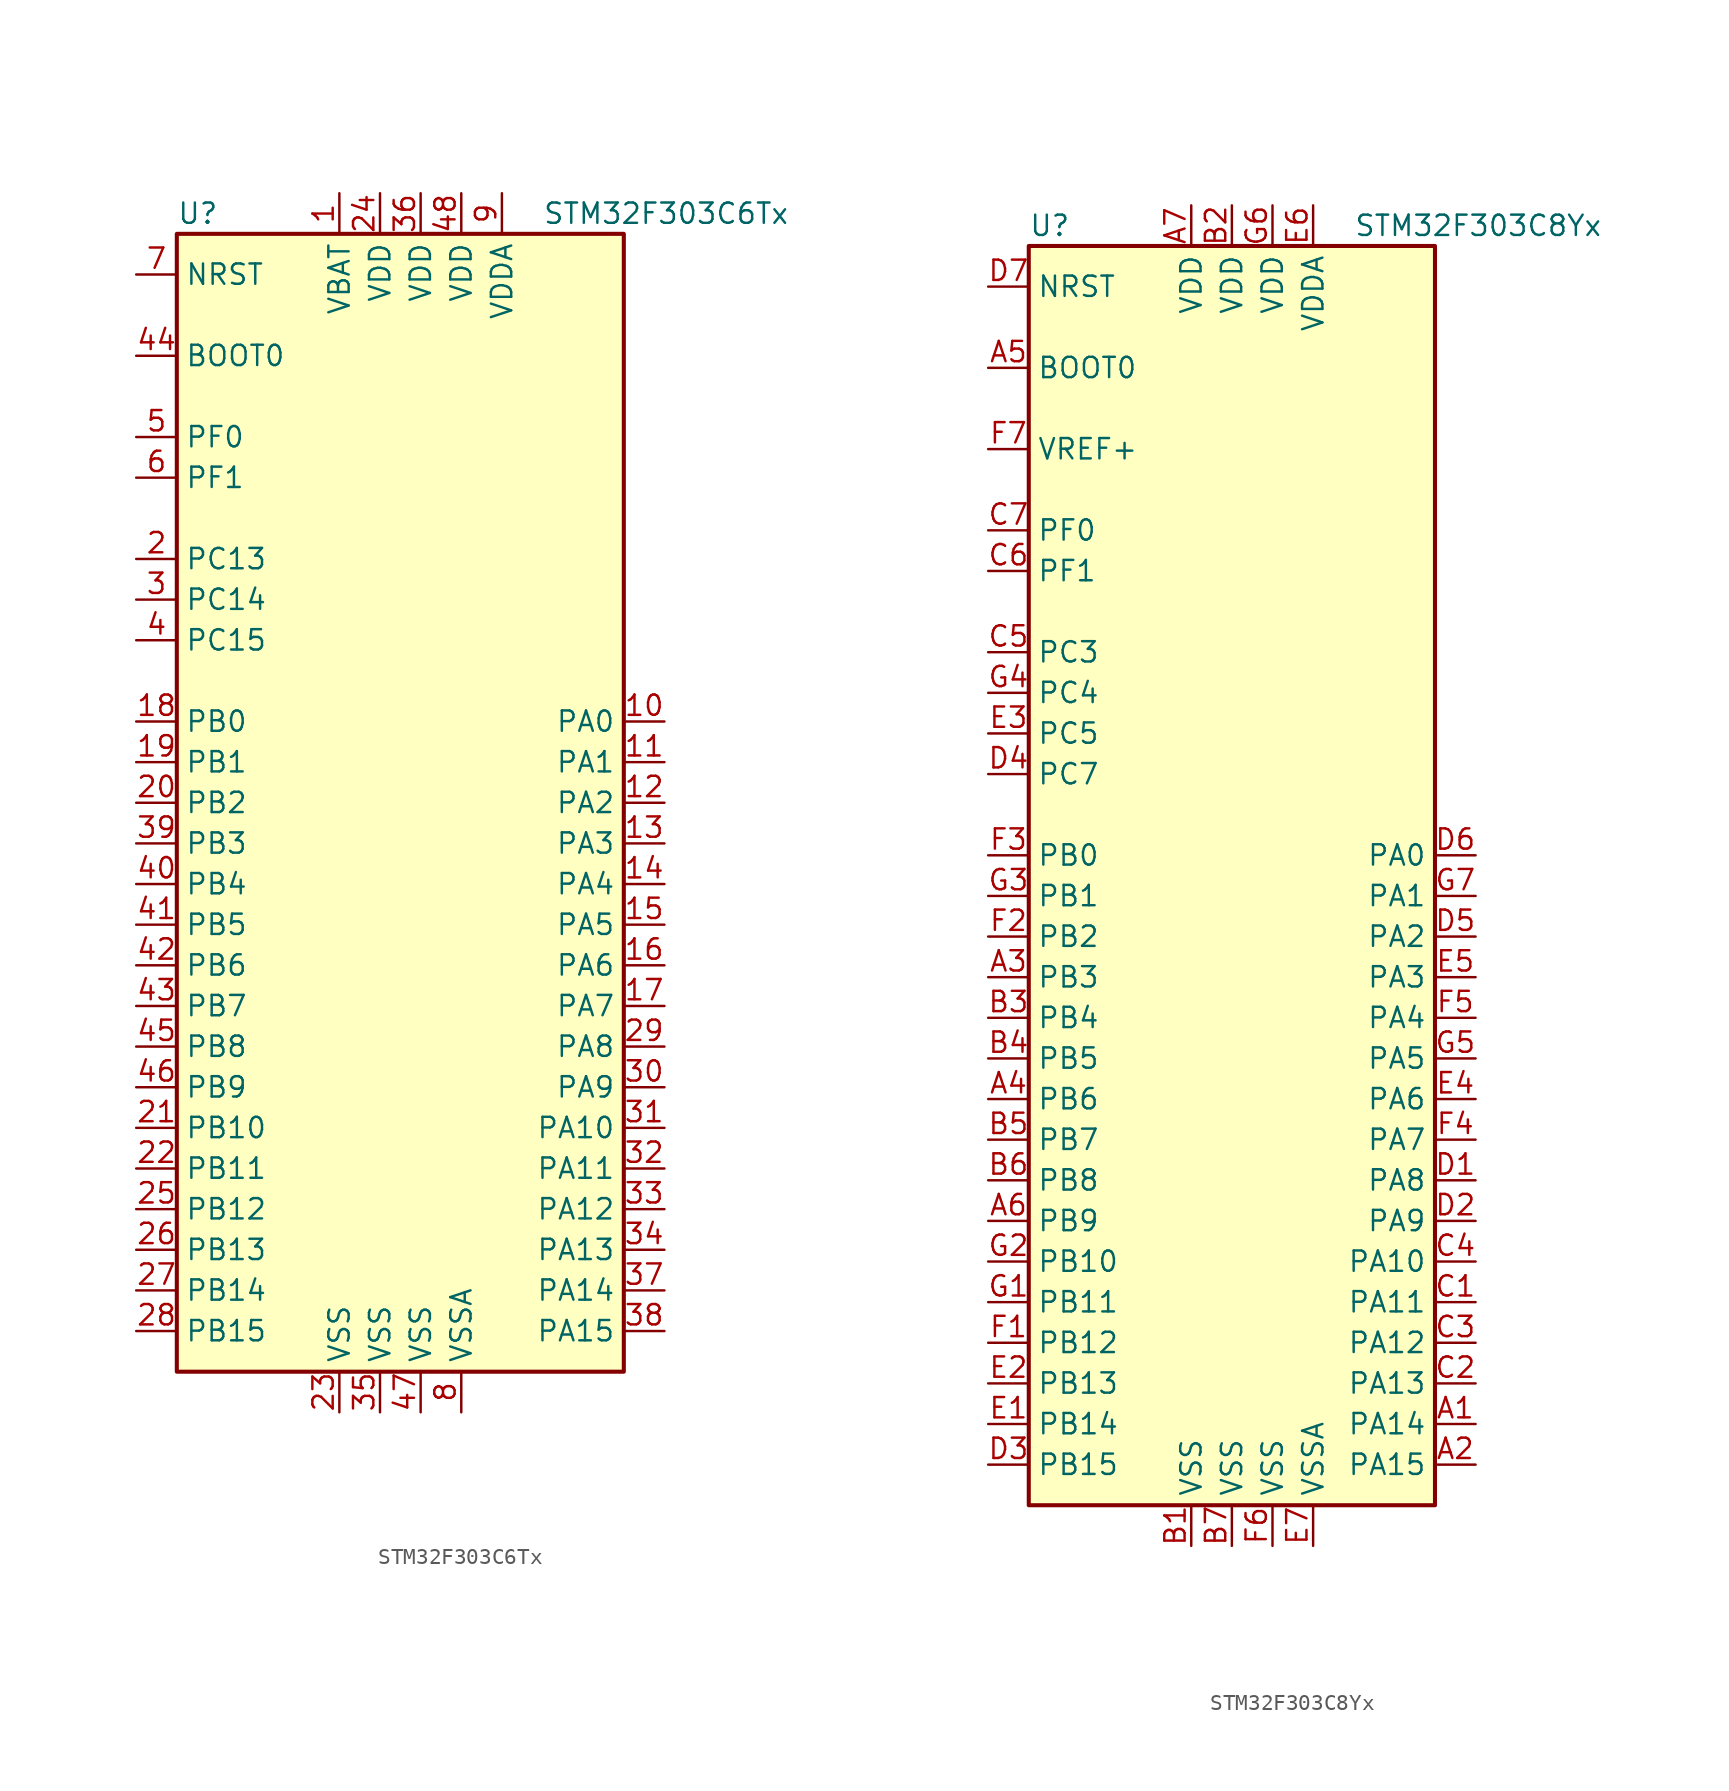
<source format=kicad_sym>
(kicad_symbol_lib
  (version 20211014)
  (generator kicad_symbol_editor)
  (symbol "STM32F303C6Tx"
    (property "Reference" "U"
      (at -15.24 36.83 0)
      (effects (font (size 1.27 1.27)) (justify left)))
    (property "Value" "STM32F303C6Tx"
      (at 7.62 36.83 0)
      (effects (font (size 1.27 1.27)) (justify left)))
    (symbol "STM32F303C6Tx_0_1"
      (rectangle (start -15.24 -35.56) (end 12.7 35.56) (stroke (width 0.254) (type default) (color 0 0 0 0)) (fill (type background))))
    (symbol "STM32F303C6Tx_1_1"
      (pin power_in line (at -5.08 38.1 270) (length 2.54) (name "VBAT" (effects (font (size 1.27 1.27)))) (number "1" (effects (font (size 1.27 1.27)))))
      (pin bidirectional line (at 15.24 5.08 180) (length 2.54) (name "PA0" (effects (font (size 1.27 1.27)))) (number "10" (effects (font (size 1.27 1.27)))))
      (pin bidirectional line (at 15.24 2.54 180) (length 2.54) (name "PA1" (effects (font (size 1.27 1.27)))) (number "11" (effects (font (size 1.27 1.27)))))
      (pin bidirectional line (at 15.24 0 180) (length 2.54) (name "PA2" (effects (font (size 1.27 1.27)))) (number "12" (effects (font (size 1.27 1.27)))))
      (pin bidirectional line (at 15.24 -2.54 180) (length 2.54) (name "PA3" (effects (font (size 1.27 1.27)))) (number "13" (effects (font (size 1.27 1.27)))))
      (pin bidirectional line (at 15.24 -5.08 180) (length 2.54) (name "PA4" (effects (font (size 1.27 1.27)))) (number "14" (effects (font (size 1.27 1.27)))))
      (pin bidirectional line (at 15.24 -7.62 180) (length 2.54) (name "PA5" (effects (font (size 1.27 1.27)))) (number "15" (effects (font (size 1.27 1.27)))))
      (pin bidirectional line (at 15.24 -10.16 180) (length 2.54) (name "PA6" (effects (font (size 1.27 1.27)))) (number "16" (effects (font (size 1.27 1.27)))))
      (pin bidirectional line (at 15.24 -12.7 180) (length 2.54) (name "PA7" (effects (font (size 1.27 1.27)))) (number "17" (effects (font (size 1.27 1.27)))))
      (pin bidirectional line (at -17.78 5.08 0) (length 2.54) (name "PB0" (effects (font (size 1.27 1.27)))) (number "18" (effects (font (size 1.27 1.27)))))
      (pin bidirectional line (at -17.78 2.54 0) (length 2.54) (name "PB1" (effects (font (size 1.27 1.27)))) (number "19" (effects (font (size 1.27 1.27)))))
      (pin bidirectional line (at -17.78 15.24 0) (length 2.54) (name "PC13" (effects (font (size 1.27 1.27)))) (number "2" (effects (font (size 1.27 1.27)))))
      (pin bidirectional line (at -17.78 0 0) (length 2.54) (name "PB2" (effects (font (size 1.27 1.27)))) (number "20" (effects (font (size 1.27 1.27)))))
      (pin bidirectional line (at -17.78 -20.32 0) (length 2.54) (name "PB10" (effects (font (size 1.27 1.27)))) (number "21" (effects (font (size 1.27 1.27)))))
      (pin bidirectional line (at -17.78 -22.86 0) (length 2.54) (name "PB11" (effects (font (size 1.27 1.27)))) (number "22" (effects (font (size 1.27 1.27)))))
      (pin power_in line (at -5.08 -38.1 90) (length 2.54) (name "VSS" (effects (font (size 1.27 1.27)))) (number "23" (effects (font (size 1.27 1.27)))))
      (pin power_in line (at -2.54 38.1 270) (length 2.54) (name "VDD" (effects (font (size 1.27 1.27)))) (number "24" (effects (font (size 1.27 1.27)))))
      (pin bidirectional line (at -17.78 -25.4 0) (length 2.54) (name "PB12" (effects (font (size 1.27 1.27)))) (number "25" (effects (font (size 1.27 1.27)))))
      (pin bidirectional line (at -17.78 -27.94 0) (length 2.54) (name "PB13" (effects (font (size 1.27 1.27)))) (number "26" (effects (font (size 1.27 1.27)))))
      (pin bidirectional line (at -17.78 -30.48 0) (length 2.54) (name "PB14" (effects (font (size 1.27 1.27)))) (number "27" (effects (font (size 1.27 1.27)))))
      (pin bidirectional line (at -17.78 -33.02 0) (length 2.54) (name "PB15" (effects (font (size 1.27 1.27)))) (number "28" (effects (font (size 1.27 1.27)))))
      (pin bidirectional line (at 15.24 -15.24 180) (length 2.54) (name "PA8" (effects (font (size 1.27 1.27)))) (number "29" (effects (font (size 1.27 1.27)))))
      (pin bidirectional line (at -17.78 12.7 0) (length 2.54) (name "PC14" (effects (font (size 1.27 1.27)))) (number "3" (effects (font (size 1.27 1.27)))))
      (pin bidirectional line (at 15.24 -17.78 180) (length 2.54) (name "PA9" (effects (font (size 1.27 1.27)))) (number "30" (effects (font (size 1.27 1.27)))))
      (pin bidirectional line (at 15.24 -20.32 180) (length 2.54) (name "PA10" (effects (font (size 1.27 1.27)))) (number "31" (effects (font (size 1.27 1.27)))))
      (pin bidirectional line (at 15.24 -22.86 180) (length 2.54) (name "PA11" (effects (font (size 1.27 1.27)))) (number "32" (effects (font (size 1.27 1.27)))))
      (pin bidirectional line (at 15.24 -25.4 180) (length 2.54) (name "PA12" (effects (font (size 1.27 1.27)))) (number "33" (effects (font (size 1.27 1.27)))))
      (pin bidirectional line (at 15.24 -27.94 180) (length 2.54) (name "PA13" (effects (font (size 1.27 1.27)))) (number "34" (effects (font (size 1.27 1.27)))))
      (pin power_in line (at -2.54 -38.1 90) (length 2.54) (name "VSS" (effects (font (size 1.27 1.27)))) (number "35" (effects (font (size 1.27 1.27)))))
      (pin power_in line (at 0 38.1 270) (length 2.54) (name "VDD" (effects (font (size 1.27 1.27)))) (number "36" (effects (font (size 1.27 1.27)))))
      (pin bidirectional line (at 15.24 -30.48 180) (length 2.54) (name "PA14" (effects (font (size 1.27 1.27)))) (number "37" (effects (font (size 1.27 1.27)))))
      (pin bidirectional line (at 15.24 -33.02 180) (length 2.54) (name "PA15" (effects (font (size 1.27 1.27)))) (number "38" (effects (font (size 1.27 1.27)))))
      (pin bidirectional line (at -17.78 -2.54 0) (length 2.54) (name "PB3" (effects (font (size 1.27 1.27)))) (number "39" (effects (font (size 1.27 1.27)))))
      (pin bidirectional line (at -17.78 10.16 0) (length 2.54) (name "PC15" (effects (font (size 1.27 1.27)))) (number "4" (effects (font (size 1.27 1.27)))))
      (pin bidirectional line (at -17.78 -5.08 0) (length 2.54) (name "PB4" (effects (font (size 1.27 1.27)))) (number "40" (effects (font (size 1.27 1.27)))))
      (pin bidirectional line (at -17.78 -7.62 0) (length 2.54) (name "PB5" (effects (font (size 1.27 1.27)))) (number "41" (effects (font (size 1.27 1.27)))))
      (pin bidirectional line (at -17.78 -10.16 0) (length 2.54) (name "PB6" (effects (font (size 1.27 1.27)))) (number "42" (effects (font (size 1.27 1.27)))))
      (pin bidirectional line (at -17.78 -12.7 0) (length 2.54) (name "PB7" (effects (font (size 1.27 1.27)))) (number "43" (effects (font (size 1.27 1.27)))))
      (pin input line (at -17.78 27.94 0) (length 2.54) (name "BOOT0" (effects (font (size 1.27 1.27)))) (number "44" (effects (font (size 1.27 1.27)))))
      (pin bidirectional line (at -17.78 -15.24 0) (length 2.54) (name "PB8" (effects (font (size 1.27 1.27)))) (number "45" (effects (font (size 1.27 1.27)))))
      (pin bidirectional line (at -17.78 -17.78 0) (length 2.54) (name "PB9" (effects (font (size 1.27 1.27)))) (number "46" (effects (font (size 1.27 1.27)))))
      (pin power_in line (at 0 -38.1 90) (length 2.54) (name "VSS" (effects (font (size 1.27 1.27)))) (number "47" (effects (font (size 1.27 1.27)))))
      (pin power_in line (at 2.54 38.1 270) (length 2.54) (name "VDD" (effects (font (size 1.27 1.27)))) (number "48" (effects (font (size 1.27 1.27)))))
      (pin input line (at -17.78 22.86 0) (length 2.54) (name "PF0" (effects (font (size 1.27 1.27)))) (number "5" (effects (font (size 1.27 1.27)))))
      (pin input line (at -17.78 20.32 0) (length 2.54) (name "PF1" (effects (font (size 1.27 1.27)))) (number "6" (effects (font (size 1.27 1.27)))))
      (pin input line (at -17.78 33.02 0) (length 2.54) (name "NRST" (effects (font (size 1.27 1.27)))) (number "7" (effects (font (size 1.27 1.27)))))
      (pin power_in line (at 2.54 -38.1 90) (length 2.54) (name "VSSA" (effects (font (size 1.27 1.27)))) (number "8" (effects (font (size 1.27 1.27)))))
      (pin power_in line (at 5.08 38.1 270) (length 2.54) (name "VDDA" (effects (font (size 1.27 1.27)))) (number "9" (effects (font (size 1.27 1.27)))))))
  (symbol "STM32F303C8Yx"
    (property "Reference" "U"
      (at -12.7 39.37 0)
      (effects (font (size 1.27 1.27)) (justify left)))
    (property "Value" "STM32F303C8Yx"
      (at 7.62 39.37 0)
      (effects (font (size 1.27 1.27)) (justify left)))
    (symbol "STM32F303C8Yx_0_1"
      (rectangle (start -12.7 -40.64) (end 12.7 38.1) (stroke (width 0.254) (type default) (color 0 0 0 0)) (fill (type background))))
    (symbol "STM32F303C8Yx_1_1"
      (pin bidirectional line (at 15.24 -35.56 180) (length 2.54) (name "PA14" (effects (font (size 1.27 1.27)))) (number "A1" (effects (font (size 1.27 1.27)))))
      (pin bidirectional line (at 15.24 -38.1 180) (length 2.54) (name "PA15" (effects (font (size 1.27 1.27)))) (number "A2" (effects (font (size 1.27 1.27)))))
      (pin bidirectional line (at -15.24 -7.62 0) (length 2.54) (name "PB3" (effects (font (size 1.27 1.27)))) (number "A3" (effects (font (size 1.27 1.27)))))
      (pin bidirectional line (at -15.24 -15.24 0) (length 2.54) (name "PB6" (effects (font (size 1.27 1.27)))) (number "A4" (effects (font (size 1.27 1.27)))))
      (pin input line (at -15.24 30.48 0) (length 2.54) (name "BOOT0" (effects (font (size 1.27 1.27)))) (number "A5" (effects (font (size 1.27 1.27)))))
      (pin bidirectional line (at -15.24 -22.86 0) (length 2.54) (name "PB9" (effects (font (size 1.27 1.27)))) (number "A6" (effects (font (size 1.27 1.27)))))
      (pin power_in line (at -2.54 40.64 270) (length 2.54) (name "VDD" (effects (font (size 1.27 1.27)))) (number "A7" (effects (font (size 1.27 1.27)))))
      (pin power_in line (at -2.54 -43.18 90) (length 2.54) (name "VSS" (effects (font (size 1.27 1.27)))) (number "B1" (effects (font (size 1.27 1.27)))))
      (pin power_in line (at 0 40.64 270) (length 2.54) (name "VDD" (effects (font (size 1.27 1.27)))) (number "B2" (effects (font (size 1.27 1.27)))))
      (pin bidirectional line (at -15.24 -10.16 0) (length 2.54) (name "PB4" (effects (font (size 1.27 1.27)))) (number "B3" (effects (font (size 1.27 1.27)))))
      (pin bidirectional line (at -15.24 -12.7 0) (length 2.54) (name "PB5" (effects (font (size 1.27 1.27)))) (number "B4" (effects (font (size 1.27 1.27)))))
      (pin bidirectional line (at -15.24 -17.78 0) (length 2.54) (name "PB7" (effects (font (size 1.27 1.27)))) (number "B5" (effects (font (size 1.27 1.27)))))
      (pin bidirectional line (at -15.24 -20.32 0) (length 2.54) (name "PB8" (effects (font (size 1.27 1.27)))) (number "B6" (effects (font (size 1.27 1.27)))))
      (pin power_in line (at 0 -43.18 90) (length 2.54) (name "VSS" (effects (font (size 1.27 1.27)))) (number "B7" (effects (font (size 1.27 1.27)))))
      (pin bidirectional line (at 15.24 -27.94 180) (length 2.54) (name "PA11" (effects (font (size 1.27 1.27)))) (number "C1" (effects (font (size 1.27 1.27)))))
      (pin bidirectional line (at 15.24 -33.02 180) (length 2.54) (name "PA13" (effects (font (size 1.27 1.27)))) (number "C2" (effects (font (size 1.27 1.27)))))
      (pin bidirectional line (at 15.24 -30.48 180) (length 2.54) (name "PA12" (effects (font (size 1.27 1.27)))) (number "C3" (effects (font (size 1.27 1.27)))))
      (pin bidirectional line (at 15.24 -25.4 180) (length 2.54) (name "PA10" (effects (font (size 1.27 1.27)))) (number "C4" (effects (font (size 1.27 1.27)))))
      (pin bidirectional line (at -15.24 12.7 0) (length 2.54) (name "PC3" (effects (font (size 1.27 1.27)))) (number "C5" (effects (font (size 1.27 1.27)))))
      (pin input line (at -15.24 17.78 0) (length 2.54) (name "PF1" (effects (font (size 1.27 1.27)))) (number "C6" (effects (font (size 1.27 1.27)))))
      (pin input line (at -15.24 20.32 0) (length 2.54) (name "PF0" (effects (font (size 1.27 1.27)))) (number "C7" (effects (font (size 1.27 1.27)))))
      (pin bidirectional line (at 15.24 -20.32 180) (length 2.54) (name "PA8" (effects (font (size 1.27 1.27)))) (number "D1" (effects (font (size 1.27 1.27)))))
      (pin bidirectional line (at 15.24 -22.86 180) (length 2.54) (name "PA9" (effects (font (size 1.27 1.27)))) (number "D2" (effects (font (size 1.27 1.27)))))
      (pin bidirectional line (at -15.24 -38.1 0) (length 2.54) (name "PB15" (effects (font (size 1.27 1.27)))) (number "D3" (effects (font (size 1.27 1.27)))))
      (pin bidirectional line (at -15.24 5.08 0) (length 2.54) (name "PC7" (effects (font (size 1.27 1.27)))) (number "D4" (effects (font (size 1.27 1.27)))))
      (pin bidirectional line (at 15.24 -5.08 180) (length 2.54) (name "PA2" (effects (font (size 1.27 1.27)))) (number "D5" (effects (font (size 1.27 1.27)))))
      (pin bidirectional line (at 15.24 0 180) (length 2.54) (name "PA0" (effects (font (size 1.27 1.27)))) (number "D6" (effects (font (size 1.27 1.27)))))
      (pin input line (at -15.24 35.56 0) (length 2.54) (name "NRST" (effects (font (size 1.27 1.27)))) (number "D7" (effects (font (size 1.27 1.27)))))
      (pin bidirectional line (at -15.24 -35.56 0) (length 2.54) (name "PB14" (effects (font (size 1.27 1.27)))) (number "E1" (effects (font (size 1.27 1.27)))))
      (pin bidirectional line (at -15.24 -33.02 0) (length 2.54) (name "PB13" (effects (font (size 1.27 1.27)))) (number "E2" (effects (font (size 1.27 1.27)))))
      (pin bidirectional line (at -15.24 7.62 0) (length 2.54) (name "PC5" (effects (font (size 1.27 1.27)))) (number "E3" (effects (font (size 1.27 1.27)))))
      (pin bidirectional line (at 15.24 -15.24 180) (length 2.54) (name "PA6" (effects (font (size 1.27 1.27)))) (number "E4" (effects (font (size 1.27 1.27)))))
      (pin bidirectional line (at 15.24 -7.62 180) (length 2.54) (name "PA3" (effects (font (size 1.27 1.27)))) (number "E5" (effects (font (size 1.27 1.27)))))
      (pin power_in line (at 5.08 40.64 270) (length 2.54) (name "VDDA" (effects (font (size 1.27 1.27)))) (number "E6" (effects (font (size 1.27 1.27)))))
      (pin power_in line (at 5.08 -43.18 90) (length 2.54) (name "VSSA" (effects (font (size 1.27 1.27)))) (number "E7" (effects (font (size 1.27 1.27)))))
      (pin bidirectional line (at -15.24 -30.48 0) (length 2.54) (name "PB12" (effects (font (size 1.27 1.27)))) (number "F1" (effects (font (size 1.27 1.27)))))
      (pin bidirectional line (at -15.24 -5.08 0) (length 2.54) (name "PB2" (effects (font (size 1.27 1.27)))) (number "F2" (effects (font (size 1.27 1.27)))))
      (pin bidirectional line (at -15.24 0 0) (length 2.54) (name "PB0" (effects (font (size 1.27 1.27)))) (number "F3" (effects (font (size 1.27 1.27)))))
      (pin bidirectional line (at 15.24 -17.78 180) (length 2.54) (name "PA7" (effects (font (size 1.27 1.27)))) (number "F4" (effects (font (size 1.27 1.27)))))
      (pin bidirectional line (at 15.24 -10.16 180) (length 2.54) (name "PA4" (effects (font (size 1.27 1.27)))) (number "F5" (effects (font (size 1.27 1.27)))))
      (pin power_in line (at 2.54 -43.18 90) (length 2.54) (name "VSS" (effects (font (size 1.27 1.27)))) (number "F6" (effects (font (size 1.27 1.27)))))
      (pin power_in line (at -15.24 25.4 0) (length 2.54) (name "VREF+" (effects (font (size 1.27 1.27)))) (number "F7" (effects (font (size 1.27 1.27)))))
      (pin bidirectional line (at -15.24 -27.94 0) (length 2.54) (name "PB11" (effects (font (size 1.27 1.27)))) (number "G1" (effects (font (size 1.27 1.27)))))
      (pin bidirectional line (at -15.24 -25.4 0) (length 2.54) (name "PB10" (effects (font (size 1.27 1.27)))) (number "G2" (effects (font (size 1.27 1.27)))))
      (pin bidirectional line (at -15.24 -2.54 0) (length 2.54) (name "PB1" (effects (font (size 1.27 1.27)))) (number "G3" (effects (font (size 1.27 1.27)))))
      (pin bidirectional line (at -15.24 10.16 0) (length 2.54) (name "PC4" (effects (font (size 1.27 1.27)))) (number "G4" (effects (font (size 1.27 1.27)))))
      (pin bidirectional line (at 15.24 -12.7 180) (length 2.54) (name "PA5" (effects (font (size 1.27 1.27)))) (number "G5" (effects (font (size 1.27 1.27)))))
      (pin power_in line (at 2.54 40.64 270) (length 2.54) (name "VDD" (effects (font (size 1.27 1.27)))) (number "G6" (effects (font (size 1.27 1.27)))))
      (pin bidirectional line (at 15.24 -2.54 180) (length 2.54) (name "PA1" (effects (font (size 1.27 1.27)))) (number "G7" (effects (font (size 1.27 1.27))))))))
</source>
